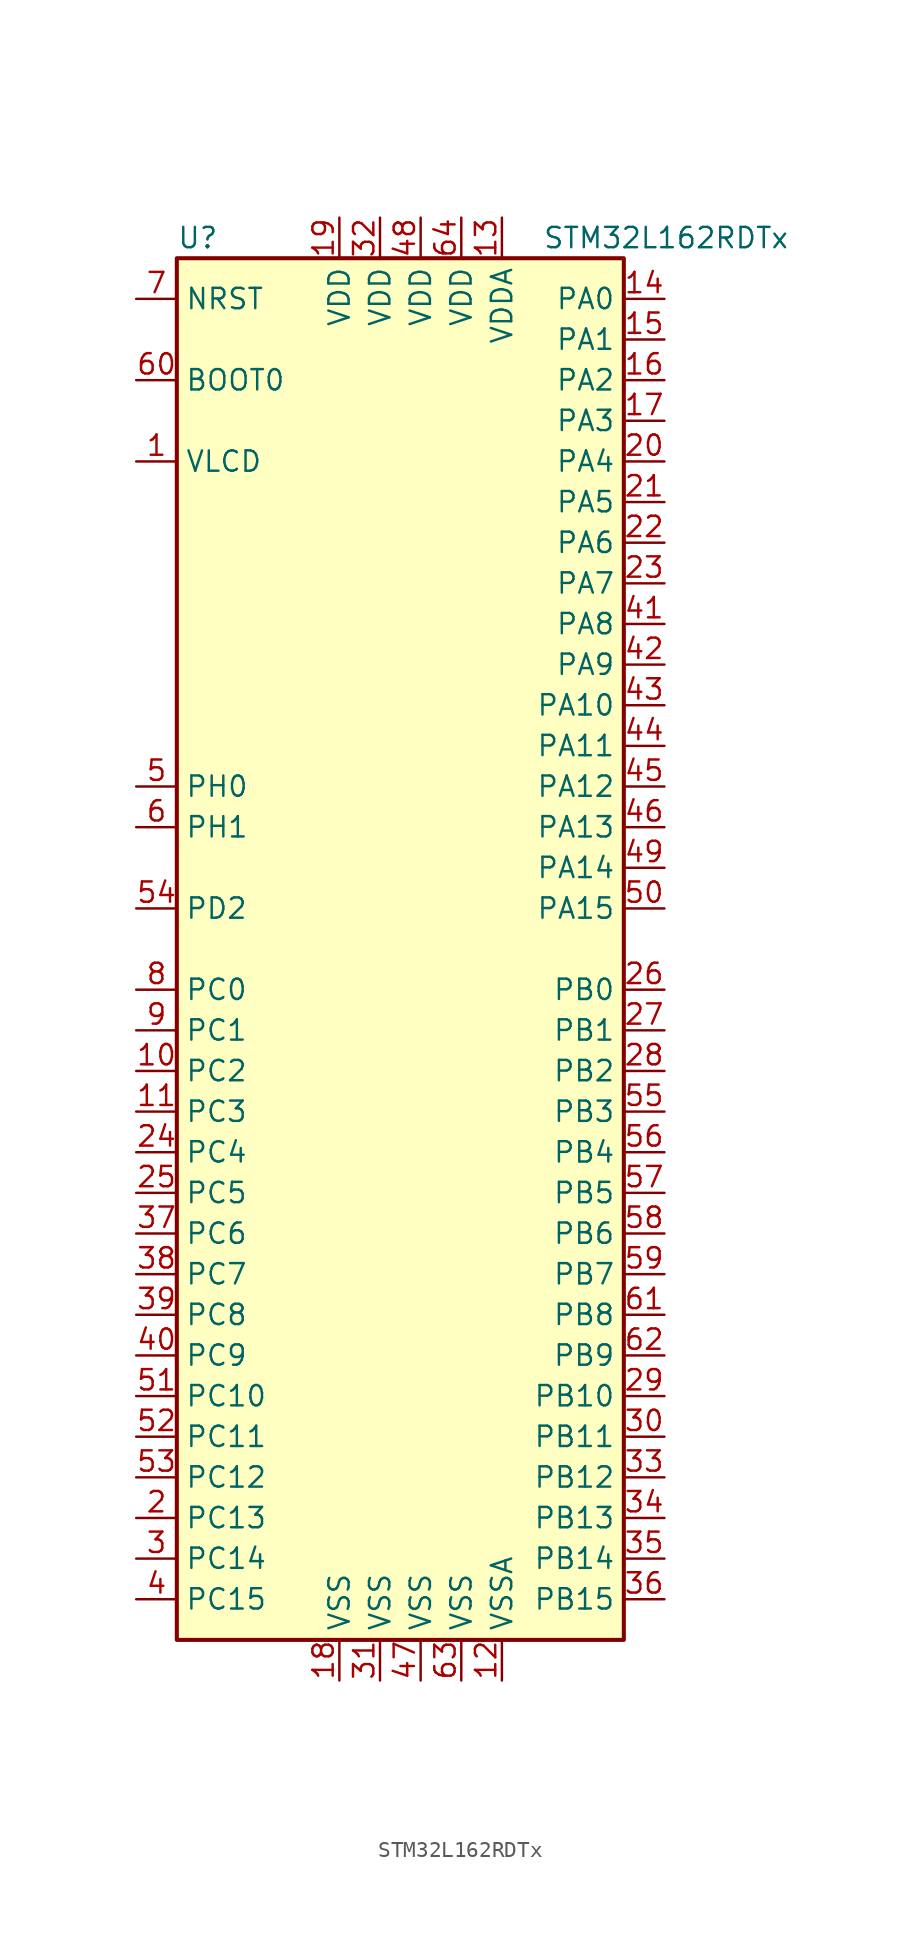
<source format=kicad_sym>
(kicad_symbol_lib
  (version 20211014)
  (generator kicad_symbol_editor)
  (symbol "STM32L162RDTx"
    (property "Reference" "U"
      (at -15.24 44.45 0)
      (effects (font (size 1.27 1.27)) (justify left)))
    (property "Value" "STM32L162RDTx"
      (at 7.62 44.45 0)
      (effects (font (size 1.27 1.27)) (justify left)))
    (symbol "STM32L162RDTx_0_1"
      (rectangle (start -15.24 -43.18) (end 12.7 43.18) (stroke (width 0.254) (type default) (color 0 0 0 0)) (fill (type background))))
    (symbol "STM32L162RDTx_1_1"
      (pin power_in line (at -17.78 30.48 0) (length 2.54) (name "VLCD" (effects (font (size 1.27 1.27)))) (number "1" (effects (font (size 1.27 1.27)))))
      (pin bidirectional line (at -17.78 -7.62 0) (length 2.54) (name "PC2" (effects (font (size 1.27 1.27)))) (number "10" (effects (font (size 1.27 1.27)))))
      (pin bidirectional line (at -17.78 -10.16 0) (length 2.54) (name "PC3" (effects (font (size 1.27 1.27)))) (number "11" (effects (font (size 1.27 1.27)))))
      (pin power_in line (at 5.08 -45.72 90) (length 2.54) (name "VSSA" (effects (font (size 1.27 1.27)))) (number "12" (effects (font (size 1.27 1.27)))))
      (pin power_in line (at 5.08 45.72 270) (length 2.54) (name "VDDA" (effects (font (size 1.27 1.27)))) (number "13" (effects (font (size 1.27 1.27)))))
      (pin bidirectional line (at 15.24 40.64 180) (length 2.54) (name "PA0" (effects (font (size 1.27 1.27)))) (number "14" (effects (font (size 1.27 1.27)))))
      (pin bidirectional line (at 15.24 38.1 180) (length 2.54) (name "PA1" (effects (font (size 1.27 1.27)))) (number "15" (effects (font (size 1.27 1.27)))))
      (pin bidirectional line (at 15.24 35.56 180) (length 2.54) (name "PA2" (effects (font (size 1.27 1.27)))) (number "16" (effects (font (size 1.27 1.27)))))
      (pin bidirectional line (at 15.24 33.02 180) (length 2.54) (name "PA3" (effects (font (size 1.27 1.27)))) (number "17" (effects (font (size 1.27 1.27)))))
      (pin power_in line (at -5.08 -45.72 90) (length 2.54) (name "VSS" (effects (font (size 1.27 1.27)))) (number "18" (effects (font (size 1.27 1.27)))))
      (pin power_in line (at -5.08 45.72 270) (length 2.54) (name "VDD" (effects (font (size 1.27 1.27)))) (number "19" (effects (font (size 1.27 1.27)))))
      (pin bidirectional line (at -17.78 -35.56 0) (length 2.54) (name "PC13" (effects (font (size 1.27 1.27)))) (number "2" (effects (font (size 1.27 1.27)))))
      (pin bidirectional line (at 15.24 30.48 180) (length 2.54) (name "PA4" (effects (font (size 1.27 1.27)))) (number "20" (effects (font (size 1.27 1.27)))))
      (pin bidirectional line (at 15.24 27.94 180) (length 2.54) (name "PA5" (effects (font (size 1.27 1.27)))) (number "21" (effects (font (size 1.27 1.27)))))
      (pin bidirectional line (at 15.24 25.4 180) (length 2.54) (name "PA6" (effects (font (size 1.27 1.27)))) (number "22" (effects (font (size 1.27 1.27)))))
      (pin bidirectional line (at 15.24 22.86 180) (length 2.54) (name "PA7" (effects (font (size 1.27 1.27)))) (number "23" (effects (font (size 1.27 1.27)))))
      (pin bidirectional line (at -17.78 -12.7 0) (length 2.54) (name "PC4" (effects (font (size 1.27 1.27)))) (number "24" (effects (font (size 1.27 1.27)))))
      (pin bidirectional line (at -17.78 -15.24 0) (length 2.54) (name "PC5" (effects (font (size 1.27 1.27)))) (number "25" (effects (font (size 1.27 1.27)))))
      (pin bidirectional line (at 15.24 -2.54 180) (length 2.54) (name "PB0" (effects (font (size 1.27 1.27)))) (number "26" (effects (font (size 1.27 1.27)))))
      (pin bidirectional line (at 15.24 -5.08 180) (length 2.54) (name "PB1" (effects (font (size 1.27 1.27)))) (number "27" (effects (font (size 1.27 1.27)))))
      (pin bidirectional line (at 15.24 -7.62 180) (length 2.54) (name "PB2" (effects (font (size 1.27 1.27)))) (number "28" (effects (font (size 1.27 1.27)))))
      (pin bidirectional line (at 15.24 -27.94 180) (length 2.54) (name "PB10" (effects (font (size 1.27 1.27)))) (number "29" (effects (font (size 1.27 1.27)))))
      (pin bidirectional line (at -17.78 -38.1 0) (length 2.54) (name "PC14" (effects (font (size 1.27 1.27)))) (number "3" (effects (font (size 1.27 1.27)))))
      (pin bidirectional line (at 15.24 -30.48 180) (length 2.54) (name "PB11" (effects (font (size 1.27 1.27)))) (number "30" (effects (font (size 1.27 1.27)))))
      (pin power_in line (at -2.54 -45.72 90) (length 2.54) (name "VSS" (effects (font (size 1.27 1.27)))) (number "31" (effects (font (size 1.27 1.27)))))
      (pin power_in line (at -2.54 45.72 270) (length 2.54) (name "VDD" (effects (font (size 1.27 1.27)))) (number "32" (effects (font (size 1.27 1.27)))))
      (pin bidirectional line (at 15.24 -33.02 180) (length 2.54) (name "PB12" (effects (font (size 1.27 1.27)))) (number "33" (effects (font (size 1.27 1.27)))))
      (pin bidirectional line (at 15.24 -35.56 180) (length 2.54) (name "PB13" (effects (font (size 1.27 1.27)))) (number "34" (effects (font (size 1.27 1.27)))))
      (pin bidirectional line (at 15.24 -38.1 180) (length 2.54) (name "PB14" (effects (font (size 1.27 1.27)))) (number "35" (effects (font (size 1.27 1.27)))))
      (pin bidirectional line (at 15.24 -40.64 180) (length 2.54) (name "PB15" (effects (font (size 1.27 1.27)))) (number "36" (effects (font (size 1.27 1.27)))))
      (pin bidirectional line (at -17.78 -17.78 0) (length 2.54) (name "PC6" (effects (font (size 1.27 1.27)))) (number "37" (effects (font (size 1.27 1.27)))))
      (pin bidirectional line (at -17.78 -20.32 0) (length 2.54) (name "PC7" (effects (font (size 1.27 1.27)))) (number "38" (effects (font (size 1.27 1.27)))))
      (pin bidirectional line (at -17.78 -22.86 0) (length 2.54) (name "PC8" (effects (font (size 1.27 1.27)))) (number "39" (effects (font (size 1.27 1.27)))))
      (pin bidirectional line (at -17.78 -40.64 0) (length 2.54) (name "PC15" (effects (font (size 1.27 1.27)))) (number "4" (effects (font (size 1.27 1.27)))))
      (pin bidirectional line (at -17.78 -25.4 0) (length 2.54) (name "PC9" (effects (font (size 1.27 1.27)))) (number "40" (effects (font (size 1.27 1.27)))))
      (pin bidirectional line (at 15.24 20.32 180) (length 2.54) (name "PA8" (effects (font (size 1.27 1.27)))) (number "41" (effects (font (size 1.27 1.27)))))
      (pin bidirectional line (at 15.24 17.78 180) (length 2.54) (name "PA9" (effects (font (size 1.27 1.27)))) (number "42" (effects (font (size 1.27 1.27)))))
      (pin bidirectional line (at 15.24 15.24 180) (length 2.54) (name "PA10" (effects (font (size 1.27 1.27)))) (number "43" (effects (font (size 1.27 1.27)))))
      (pin bidirectional line (at 15.24 12.7 180) (length 2.54) (name "PA11" (effects (font (size 1.27 1.27)))) (number "44" (effects (font (size 1.27 1.27)))))
      (pin bidirectional line (at 15.24 10.16 180) (length 2.54) (name "PA12" (effects (font (size 1.27 1.27)))) (number "45" (effects (font (size 1.27 1.27)))))
      (pin bidirectional line (at 15.24 7.62 180) (length 2.54) (name "PA13" (effects (font (size 1.27 1.27)))) (number "46" (effects (font (size 1.27 1.27)))))
      (pin power_in line (at 0 -45.72 90) (length 2.54) (name "VSS" (effects (font (size 1.27 1.27)))) (number "47" (effects (font (size 1.27 1.27)))))
      (pin power_in line (at 0 45.72 270) (length 2.54) (name "VDD" (effects (font (size 1.27 1.27)))) (number "48" (effects (font (size 1.27 1.27)))))
      (pin bidirectional line (at 15.24 5.08 180) (length 2.54) (name "PA14" (effects (font (size 1.27 1.27)))) (number "49" (effects (font (size 1.27 1.27)))))
      (pin input line (at -17.78 10.16 0) (length 2.54) (name "PH0" (effects (font (size 1.27 1.27)))) (number "5" (effects (font (size 1.27 1.27)))))
      (pin bidirectional line (at 15.24 2.54 180) (length 2.54) (name "PA15" (effects (font (size 1.27 1.27)))) (number "50" (effects (font (size 1.27 1.27)))))
      (pin bidirectional line (at -17.78 -27.94 0) (length 2.54) (name "PC10" (effects (font (size 1.27 1.27)))) (number "51" (effects (font (size 1.27 1.27)))))
      (pin bidirectional line (at -17.78 -30.48 0) (length 2.54) (name "PC11" (effects (font (size 1.27 1.27)))) (number "52" (effects (font (size 1.27 1.27)))))
      (pin bidirectional line (at -17.78 -33.02 0) (length 2.54) (name "PC12" (effects (font (size 1.27 1.27)))) (number "53" (effects (font (size 1.27 1.27)))))
      (pin bidirectional line (at -17.78 2.54 0) (length 2.54) (name "PD2" (effects (font (size 1.27 1.27)))) (number "54" (effects (font (size 1.27 1.27)))))
      (pin bidirectional line (at 15.24 -10.16 180) (length 2.54) (name "PB3" (effects (font (size 1.27 1.27)))) (number "55" (effects (font (size 1.27 1.27)))))
      (pin bidirectional line (at 15.24 -12.7 180) (length 2.54) (name "PB4" (effects (font (size 1.27 1.27)))) (number "56" (effects (font (size 1.27 1.27)))))
      (pin bidirectional line (at 15.24 -15.24 180) (length 2.54) (name "PB5" (effects (font (size 1.27 1.27)))) (number "57" (effects (font (size 1.27 1.27)))))
      (pin bidirectional line (at 15.24 -17.78 180) (length 2.54) (name "PB6" (effects (font (size 1.27 1.27)))) (number "58" (effects (font (size 1.27 1.27)))))
      (pin bidirectional line (at 15.24 -20.32 180) (length 2.54) (name "PB7" (effects (font (size 1.27 1.27)))) (number "59" (effects (font (size 1.27 1.27)))))
      (pin input line (at -17.78 7.62 0) (length 2.54) (name "PH1" (effects (font (size 1.27 1.27)))) (number "6" (effects (font (size 1.27 1.27)))))
      (pin input line (at -17.78 35.56 0) (length 2.54) (name "BOOT0" (effects (font (size 1.27 1.27)))) (number "60" (effects (font (size 1.27 1.27)))))
      (pin bidirectional line (at 15.24 -22.86 180) (length 2.54) (name "PB8" (effects (font (size 1.27 1.27)))) (number "61" (effects (font (size 1.27 1.27)))))
      (pin bidirectional line (at 15.24 -25.4 180) (length 2.54) (name "PB9" (effects (font (size 1.27 1.27)))) (number "62" (effects (font (size 1.27 1.27)))))
      (pin power_in line (at 2.54 -45.72 90) (length 2.54) (name "VSS" (effects (font (size 1.27 1.27)))) (number "63" (effects (font (size 1.27 1.27)))))
      (pin power_in line (at 2.54 45.72 270) (length 2.54) (name "VDD" (effects (font (size 1.27 1.27)))) (number "64" (effects (font (size 1.27 1.27)))))
      (pin input line (at -17.78 40.64 0) (length 2.54) (name "NRST" (effects (font (size 1.27 1.27)))) (number "7" (effects (font (size 1.27 1.27)))))
      (pin bidirectional line (at -17.78 -2.54 0) (length 2.54) (name "PC0" (effects (font (size 1.27 1.27)))) (number "8" (effects (font (size 1.27 1.27)))))
      (pin bidirectional line (at -17.78 -5.08 0) (length 2.54) (name "PC1" (effects (font (size 1.27 1.27)))) (number "9" (effects (font (size 1.27 1.27))))))))
</source>
